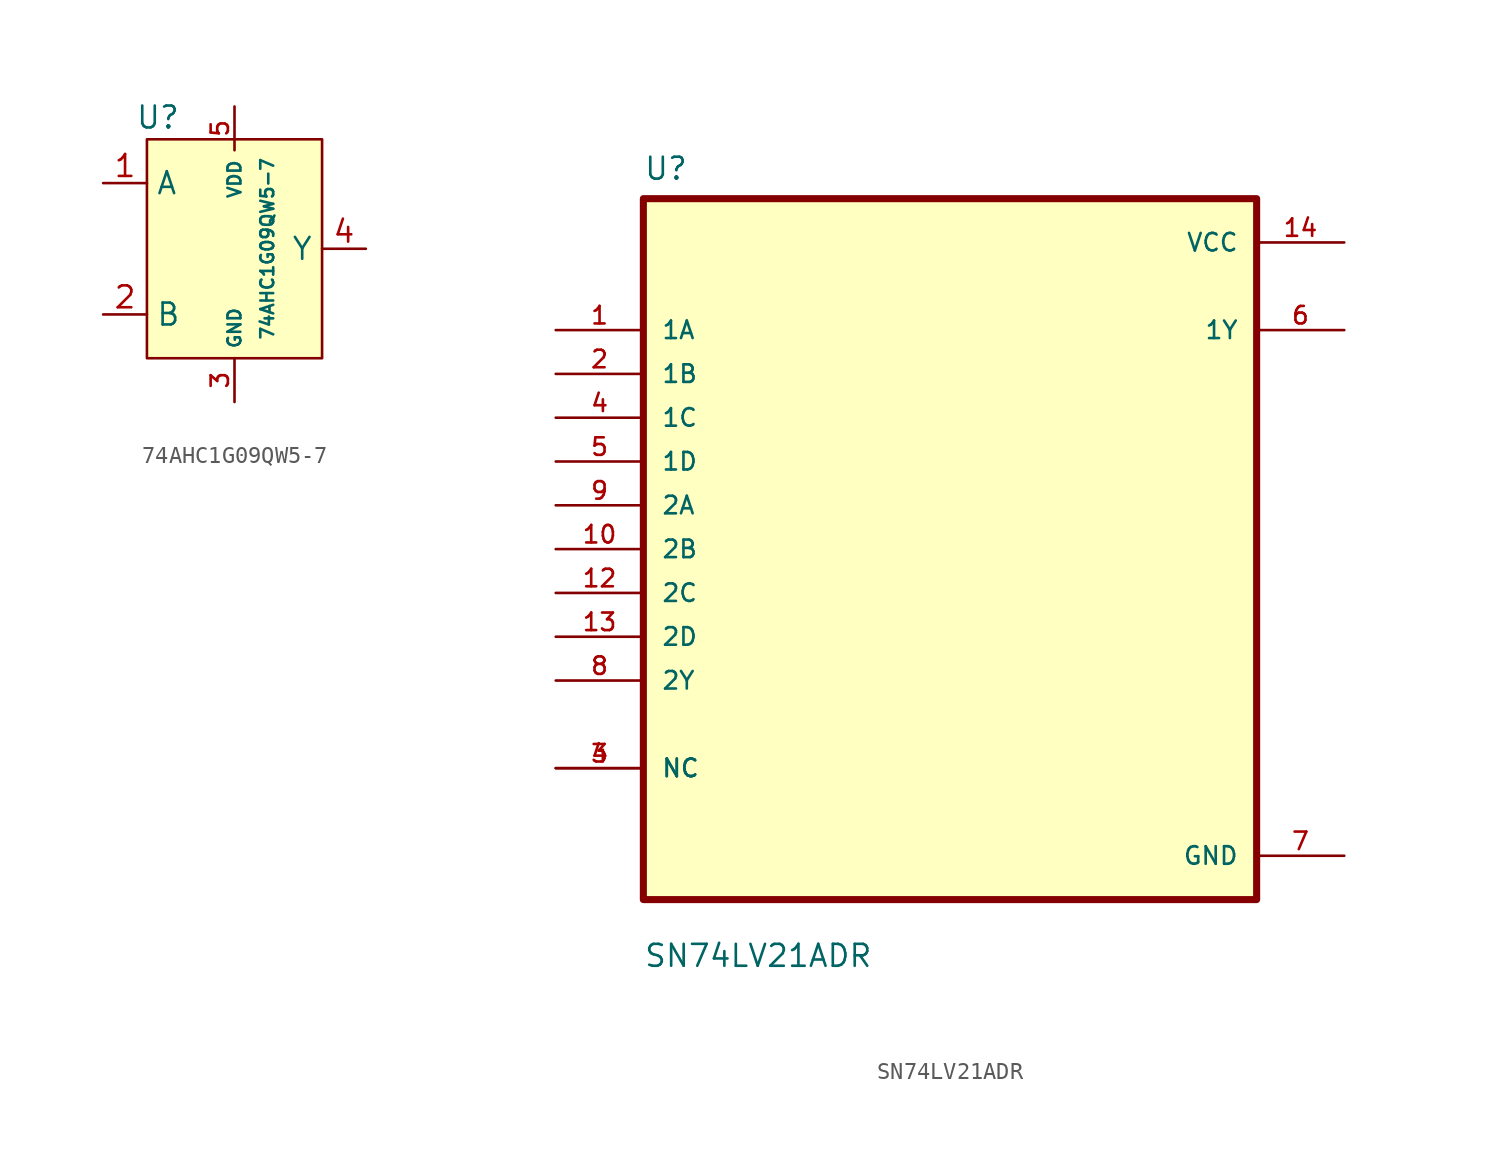
<source format=kicad_sym>
(kicad_symbol_lib
  (version 20211014)
  (generator kicad_symbol_editor)
  (symbol "74AHC1G09QW5-7"
    (property "Reference" "U"
      (at -4.445 7.62 0)
      (effects (font (size 1.27 1.27))))
    (property "Value" "74AHC1G09QW5-7"
      (at 1.905 0 90)
      (effects (font (size 0.75 0.75))))
    (symbol "74AHC1G09QW5-7_0_1"
      (rectangle (start -5.08 6.35) (end 5.08 -6.35) (stroke (width 0) (type default) (color 0 0 0 0)) (fill (type background))))
    (symbol "74AHC1G09QW5-7_1_1"
      (pin input line (at -7.62 3.81 0) (length 2.54) (name "A" (effects (font (size 1.27 1.27)))) (number "1" (effects (font (size 1.27 1.27)))))
      (pin input line (at -7.62 -3.81 0) (length 2.54) (name "B" (effects (font (size 1.27 1.27)))) (number "2" (effects (font (size 1.27 1.27)))))
      (pin input line (at 0 -8.89 90) (length 2.54) (name "GND" (effects (font (size 0.75 0.75)))) (number "3" (effects (font (size 1 1)))))
      (pin output line (at 7.62 0 180) (length 2.54) (name "Y" (effects (font (size 1.27 1.27)))) (number "4" (effects (font (size 1.27 1.27)))))
      (pin input line (at 0 8.255 270) (length 2.54) (name "VDD" (effects (font (size 0.75 0.75)))) (number "5" (effects (font (size 1 1)))))))
  (symbol "SN74LV21ADR"
    (pin_names
      (offset 1.016))
    (property "Reference" "U"
      (at -17.78 21.32 0)
      (effects (font (size 1.27 1.27)) (justify left bottom)))
    (property "Value" "SN74LV21ADR"
      (at -17.78 -24.32 0)
      (effects (font (size 1.27 1.27)) (justify left bottom)))
    (symbol "SN74LV21ADR_0_0"
      (rectangle (start -17.78 -20.32) (end 17.78 20.32) (stroke (width 0.41) (type default) (color 0 0 0 0)) (fill (type background)))
      (pin input line (at -22.86 12.7 0) (length 5.08) (name "1A" (effects (font (size 1.016 1.016)))) (number "1" (effects (font (size 1.016 1.016)))))
      (pin input line (at -22.86 0 0) (length 5.08) (name "2B" (effects (font (size 1.016 1.016)))) (number "10" (effects (font (size 1.016 1.016)))))
      (pin input line (at -22.86 -2.54 0) (length 5.08) (name "2C" (effects (font (size 1.016 1.016)))) (number "12" (effects (font (size 1.016 1.016)))))
      (pin input line (at -22.86 -5.08 0) (length 5.08) (name "2D" (effects (font (size 1.016 1.016)))) (number "13" (effects (font (size 1.016 1.016)))))
      (pin power_in line (at 22.86 17.78 180) (length 5.08) (name "VCC" (effects (font (size 1.016 1.016)))) (number "14" (effects (font (size 1.016 1.016)))))
      (pin input line (at -22.86 10.16 0) (length 5.08) (name "1B" (effects (font (size 1.016 1.016)))) (number "2" (effects (font (size 1.016 1.016)))))
      (pin bidirectional line (at -22.86 -12.7 0) (length 5.08) (name "NC" (effects (font (size 1.016 1.016)))) (number "3" (effects (font (size 1.016 1.016)))))
      (pin input line (at -22.86 7.62 0) (length 5.08) (name "1C" (effects (font (size 1.016 1.016)))) (number "4" (effects (font (size 1.016 1.016)))))
      (pin bidirectional line (at -22.86 -12.7 0) (length 5.08) (name "NC" (effects (font (size 1.016 1.016)))) (number "4" (effects (font (size 1.016 1.016)))))
      (pin input line (at -22.86 5.08 0) (length 5.08) (name "1D" (effects (font (size 1.016 1.016)))) (number "5" (effects (font (size 1.016 1.016)))))
      (pin output line (at 22.86 12.7 180) (length 5.08) (name "1Y" (effects (font (size 1.016 1.016)))) (number "6" (effects (font (size 1.016 1.016)))))
      (pin power_in line (at 22.86 -17.78 180) (length 5.08) (name "GND" (effects (font (size 1.016 1.016)))) (number "7" (effects (font (size 1.016 1.016)))))
      (pin input line (at -22.86 -7.62 0) (length 5.08) (name "2Y" (effects (font (size 1.016 1.016)))) (number "8" (effects (font (size 1.016 1.016)))))
      (pin input line (at -22.86 2.54 0) (length 5.08) (name "2A" (effects (font (size 1.016 1.016)))) (number "9" (effects (font (size 1.016 1.016))))))))
</source>
